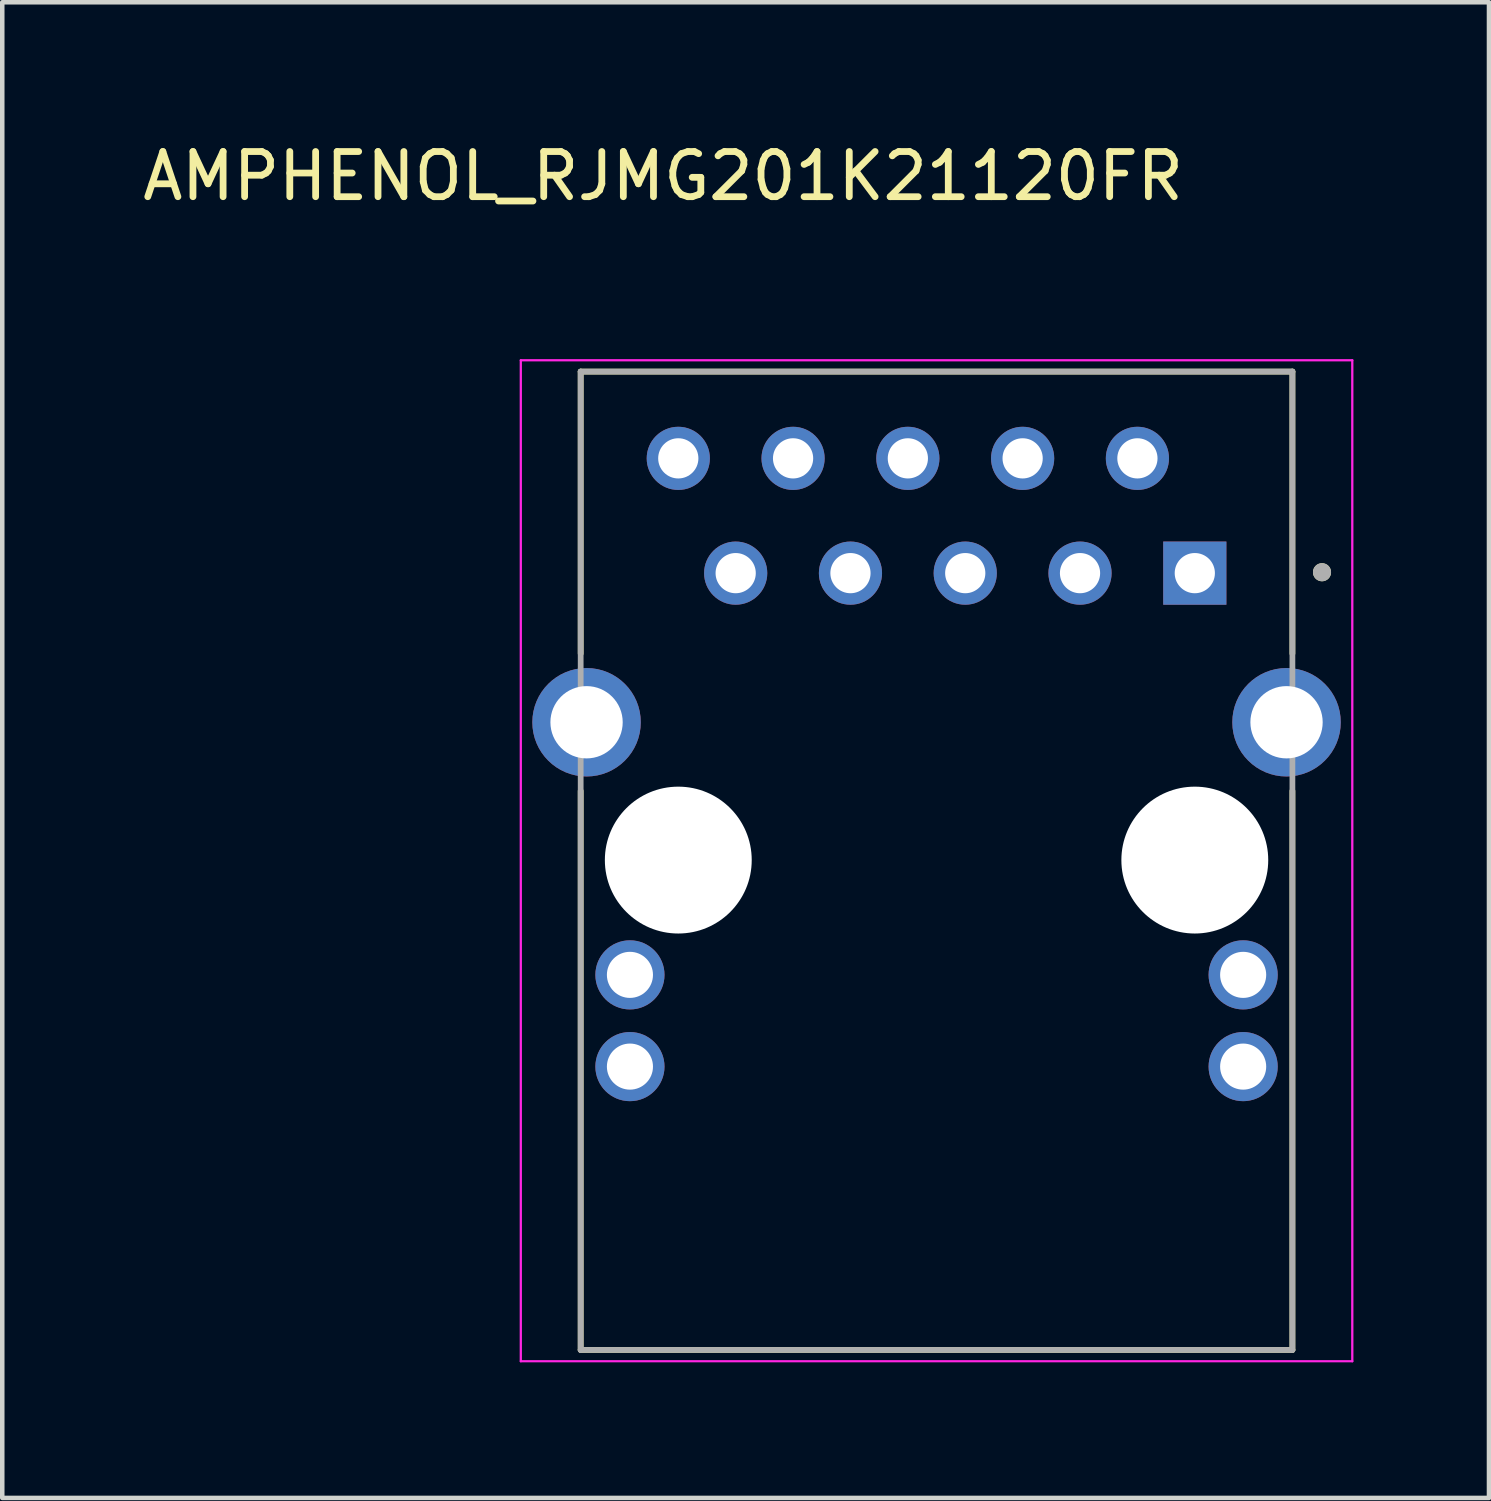
<source format=kicad_pcb>
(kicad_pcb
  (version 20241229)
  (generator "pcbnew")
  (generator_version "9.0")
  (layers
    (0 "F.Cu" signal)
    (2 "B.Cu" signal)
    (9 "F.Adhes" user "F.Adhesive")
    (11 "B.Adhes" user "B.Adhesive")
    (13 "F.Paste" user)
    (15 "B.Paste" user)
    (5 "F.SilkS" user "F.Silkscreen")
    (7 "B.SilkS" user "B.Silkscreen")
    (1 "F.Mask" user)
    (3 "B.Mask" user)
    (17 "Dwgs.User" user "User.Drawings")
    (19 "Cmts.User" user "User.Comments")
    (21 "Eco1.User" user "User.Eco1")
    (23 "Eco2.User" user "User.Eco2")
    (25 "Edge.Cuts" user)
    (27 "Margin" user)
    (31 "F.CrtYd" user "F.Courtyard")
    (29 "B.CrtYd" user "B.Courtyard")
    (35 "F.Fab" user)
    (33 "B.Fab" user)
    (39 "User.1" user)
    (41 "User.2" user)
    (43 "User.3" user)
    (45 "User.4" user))
  (footprint "AMPHENOL_RJMG201K21120FR"
    (layer "F.Cu")
    (at 17.675 15.983)
    (property "Reference" "AMPHENOL_RJMG201K21120FR" (at -6.05 -15.135 0) (layer "F.SilkS") (effects (font (size 1 1) (thickness 0.15))))
    (attr through_hole)
    (fp_line (start -7.875 -10.81) (end 7.875 -10.81) (stroke (width 0.127) (type solid)) (layer "F.SilkS"))
    (fp_line (start -7.875 -4.57) (end -7.875 -10.81) (stroke (width 0.127) (type solid)) (layer "F.SilkS"))
    (fp_line (start -7.875 10.84) (end -7.875 -1.53) (stroke (width 0.127) (type solid)) (layer "F.SilkS"))
    (fp_line (start 7.875 -10.81) (end 7.875 -4.57) (stroke (width 0.127) (type solid)) (layer "F.SilkS"))
    (fp_line (start 7.875 10.84) (end -7.875 10.84) (stroke (width 0.127) (type solid)) (layer "F.SilkS"))
    (fp_line (start 7.875 10.84) (end 7.875 -1.53) (stroke (width 0.127) (type solid)) (layer "F.SilkS"))
    (fp_circle (center 8.53 -6.37) (end 8.63 -6.37) (stroke (width 0.2) (type solid)) (fill no) (layer "F.SilkS"))
    (fp_line (start -9.2 -11.06) (end -9.2 11.09) (stroke (width 0.05) (type solid)) (layer "F.CrtYd"))
    (fp_line (start -9.2 11.09) (end 9.2 11.09) (stroke (width 0.05) (type solid)) (layer "F.CrtYd"))
    (fp_line (start 9.2 -11.06) (end -9.2 -11.06) (stroke (width 0.05) (type solid)) (layer "F.CrtYd"))
    (fp_line (start 9.2 11.09) (end 9.2 -11.06) (stroke (width 0.05) (type solid)) (layer "F.CrtYd"))
    (fp_line (start -7.875 -10.81) (end 7.875 -10.81) (stroke (width 0.127) (type solid)) (layer "F.Fab"))
    (fp_line (start -7.875 10.84) (end -7.875 -10.81) (stroke (width 0.127) (type solid)) (layer "F.Fab"))
    (fp_line (start 7.875 -10.81) (end 7.875 10.84) (stroke (width 0.127) (type solid)) (layer "F.Fab"))
    (fp_line (start 7.875 10.84) (end -7.875 10.84) (stroke (width 0.127) (type solid)) (layer "F.Fab"))
    (fp_circle (center 8.53 -6.37) (end 8.63 -6.37) (stroke (width 0.2) (type solid)) (fill no) (layer "F.Fab"))
    (pad "" np_thru_hole circle (at -5.715 0) (size 3.25 3.25) (drill 3.25) (layers "*.Cu" "*.Mask"))
    (pad "" np_thru_hole circle (at 5.715 0) (size 3.25 3.25) (drill 3.25) (layers "*.Cu" "*.Mask"))
    (pad "L1" thru_hole circle (at -6.785 4.57) (size 1.53 1.53) (drill 1.02) (layers "*.Cu" "*.Mask"))
    (pad "L2" thru_hole circle (at -6.785 2.54) (size 1.53 1.53) (drill 1.02) (layers "*.Cu" "*.Mask"))
    (pad "L3" thru_hole circle (at 6.785 4.57) (size 1.53 1.53) (drill 1.02) (layers "*.Cu" "*.Mask"))
    (pad "L4" thru_hole circle (at 6.785 2.54) (size 1.53 1.53) (drill 1.02) (layers "*.Cu" "*.Mask"))
    (pad "P1" thru_hole rect (at 5.715 -6.35) (size 1.398 1.398) (drill 0.89) (layers "*.Cu" "*.Mask"))
    (pad "P2" thru_hole circle (at 4.445 -8.89) (size 1.398 1.398) (drill 0.89) (layers "*.Cu" "*.Mask"))
    (pad "P3" thru_hole circle (at 3.175 -6.35) (size 1.398 1.398) (drill 0.89) (layers "*.Cu" "*.Mask"))
    (pad "P4" thru_hole circle (at 1.905 -8.89) (size 1.398 1.398) (drill 0.89) (layers "*.Cu" "*.Mask"))
    (pad "P5" thru_hole circle (at 0.635 -6.35) (size 1.398 1.398) (drill 0.89) (layers "*.Cu" "*.Mask"))
    (pad "P6" thru_hole circle (at -0.635 -8.89) (size 1.398 1.398) (drill 0.89) (layers "*.Cu" "*.Mask"))
    (pad "P7" thru_hole circle (at -1.905 -6.35) (size 1.398 1.398) (drill 0.89) (layers "*.Cu" "*.Mask"))
    (pad "P8" thru_hole circle (at -3.175 -8.89) (size 1.398 1.398) (drill 0.89) (layers "*.Cu" "*.Mask"))
    (pad "P9" thru_hole circle (at -4.445 -6.35) (size 1.398 1.398) (drill 0.89) (layers "*.Cu" "*.Mask"))
    (pad "P10" thru_hole circle (at -5.715 -8.89) (size 1.398 1.398) (drill 0.89) (layers "*.Cu" "*.Mask"))
    (pad "S1" thru_hole circle (at -7.745 -3.05) (size 2.4 2.4) (drill 1.6) (layers "*.Cu" "*.Mask"))
    (pad "S2" thru_hole circle (at 7.745 -3.05) (size 2.4 2.4) (drill 1.6) (layers "*.Cu" "*.Mask")))
  (gr_rect
    (start -3 -3)
    (end 29.9 30.098)
    (stroke (width 0.1) (type default))
    (fill no)
    (layer "Edge.Cuts")))
</source>
